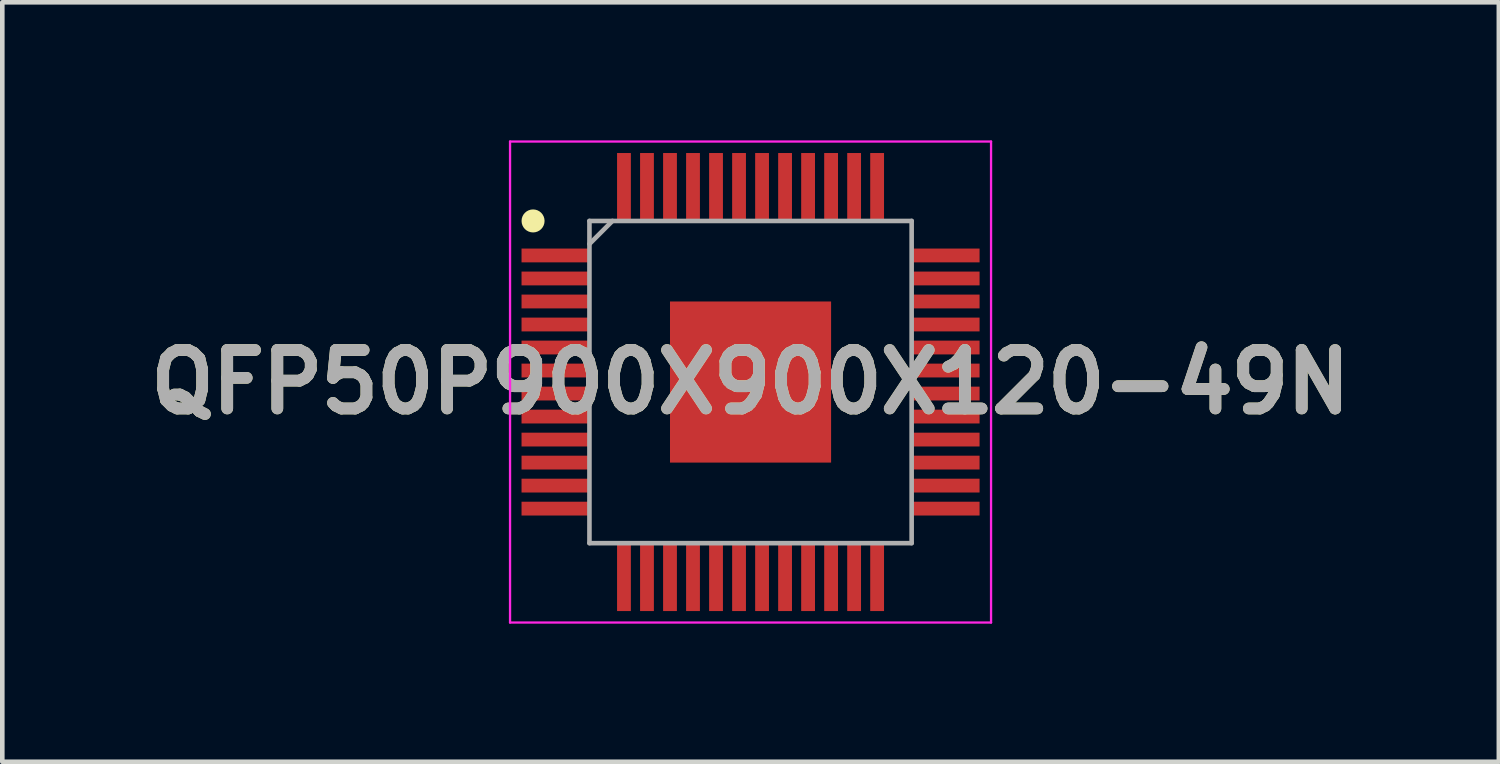
<source format=kicad_pcb>
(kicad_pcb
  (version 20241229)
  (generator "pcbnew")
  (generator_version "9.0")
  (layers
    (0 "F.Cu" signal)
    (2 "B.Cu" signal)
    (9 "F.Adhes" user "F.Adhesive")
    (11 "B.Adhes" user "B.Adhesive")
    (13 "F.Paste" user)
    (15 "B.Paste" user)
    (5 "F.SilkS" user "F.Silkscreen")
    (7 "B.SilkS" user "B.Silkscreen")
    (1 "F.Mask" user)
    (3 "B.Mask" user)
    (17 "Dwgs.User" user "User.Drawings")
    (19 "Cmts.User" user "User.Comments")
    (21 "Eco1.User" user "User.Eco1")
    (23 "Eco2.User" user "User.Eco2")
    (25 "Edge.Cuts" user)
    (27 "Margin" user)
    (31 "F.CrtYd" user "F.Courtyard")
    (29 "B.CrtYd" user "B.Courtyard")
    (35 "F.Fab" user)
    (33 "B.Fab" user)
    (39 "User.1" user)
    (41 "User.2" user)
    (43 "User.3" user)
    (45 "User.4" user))
  (footprint "QFP50P900X900X120-49N"
    (layer "F.Cu")
    (at 13.256 5.25)
    (property "Reference" "QFP50P900X900X120-49N" (at 0 0 0) (layer "F.SilkS") (effects (font (size 1.27 1.27) (thickness 0.254))))
    (attr smd)
    (fp_circle (center -4.725 -3.5) (end -4.725 -3.375) (stroke (width 0.25) (type solid)) (fill no) (layer "F.SilkS"))
    (fp_line (start -5.225 -5.225) (end 5.225 -5.225) (stroke (width 0.05) (type solid)) (layer "F.CrtYd"))
    (fp_line (start -5.225 5.225) (end -5.225 -5.225) (stroke (width 0.05) (type solid)) (layer "F.CrtYd"))
    (fp_line (start 5.225 -5.225) (end 5.225 5.225) (stroke (width 0.05) (type solid)) (layer "F.CrtYd"))
    (fp_line (start 5.225 5.225) (end -5.225 5.225) (stroke (width 0.05) (type solid)) (layer "F.CrtYd"))
    (fp_line (start -3.5 -3.5) (end 3.5 -3.5) (stroke (width 0.1) (type solid)) (layer "F.Fab"))
    (fp_line (start -3.5 -3) (end -3 -3.5) (stroke (width 0.1) (type solid)) (layer "F.Fab"))
    (fp_line (start -3.5 3.5) (end -3.5 -3.5) (stroke (width 0.1) (type solid)) (layer "F.Fab"))
    (fp_line (start 3.5 -3.5) (end 3.5 3.5) (stroke (width 0.1) (type solid)) (layer "F.Fab"))
    (fp_line (start 3.5 3.5) (end -3.5 3.5) (stroke (width 0.1) (type solid)) (layer "F.Fab"))
    (fp_text user "${REFERENCE}" (at 0 0 0) (layer "F.Fab") (effects (font (size 1.27 1.27) (thickness 0.254))))
    (pad "1" smd rect (at -4.238 -2.75 90) (size 0.3 1.475) (layers "F.Cu" "F.Mask" "F.Paste"))
    (pad "2" smd rect (at -4.238 -2.25 90) (size 0.3 1.475) (layers "F.Cu" "F.Mask" "F.Paste"))
    (pad "3" smd rect (at -4.238 -1.75 90) (size 0.3 1.475) (layers "F.Cu" "F.Mask" "F.Paste"))
    (pad "4" smd rect (at -4.238 -1.25 90) (size 0.3 1.475) (layers "F.Cu" "F.Mask" "F.Paste"))
    (pad "5" smd rect (at -4.238 -0.75 90) (size 0.3 1.475) (layers "F.Cu" "F.Mask" "F.Paste"))
    (pad "6" smd rect (at -4.238 -0.25 90) (size 0.3 1.475) (layers "F.Cu" "F.Mask" "F.Paste"))
    (pad "7" smd rect (at -4.238 0.25 90) (size 0.3 1.475) (layers "F.Cu" "F.Mask" "F.Paste"))
    (pad "8" smd rect (at -4.238 0.75 90) (size 0.3 1.475) (layers "F.Cu" "F.Mask" "F.Paste"))
    (pad "9" smd rect (at -4.238 1.25 90) (size 0.3 1.475) (layers "F.Cu" "F.Mask" "F.Paste"))
    (pad "10" smd rect (at -4.238 1.75 90) (size 0.3 1.475) (layers "F.Cu" "F.Mask" "F.Paste"))
    (pad "11" smd rect (at -4.238 2.25 90) (size 0.3 1.475) (layers "F.Cu" "F.Mask" "F.Paste"))
    (pad "12" smd rect (at -4.238 2.75 90) (size 0.3 1.475) (layers "F.Cu" "F.Mask" "F.Paste"))
    (pad "13" smd rect (at -2.75 4.238) (size 0.3 1.475) (layers "F.Cu" "F.Mask" "F.Paste"))
    (pad "14" smd rect (at -2.25 4.238) (size 0.3 1.475) (layers "F.Cu" "F.Mask" "F.Paste"))
    (pad "15" smd rect (at -1.75 4.238) (size 0.3 1.475) (layers "F.Cu" "F.Mask" "F.Paste"))
    (pad "16" smd rect (at -1.25 4.238) (size 0.3 1.475) (layers "F.Cu" "F.Mask" "F.Paste"))
    (pad "17" smd rect (at -0.75 4.238) (size 0.3 1.475) (layers "F.Cu" "F.Mask" "F.Paste"))
    (pad "18" smd rect (at -0.25 4.238) (size 0.3 1.475) (layers "F.Cu" "F.Mask" "F.Paste"))
    (pad "19" smd rect (at 0.25 4.238) (size 0.3 1.475) (layers "F.Cu" "F.Mask" "F.Paste"))
    (pad "20" smd rect (at 0.75 4.238) (size 0.3 1.475) (layers "F.Cu" "F.Mask" "F.Paste"))
    (pad "21" smd rect (at 1.25 4.238) (size 0.3 1.475) (layers "F.Cu" "F.Mask" "F.Paste"))
    (pad "22" smd rect (at 1.75 4.238) (size 0.3 1.475) (layers "F.Cu" "F.Mask" "F.Paste"))
    (pad "23" smd rect (at 2.25 4.238) (size 0.3 1.475) (layers "F.Cu" "F.Mask" "F.Paste"))
    (pad "24" smd rect (at 2.75 4.238) (size 0.3 1.475) (layers "F.Cu" "F.Mask" "F.Paste"))
    (pad "25" smd rect (at 4.238 2.75 90) (size 0.3 1.475) (layers "F.Cu" "F.Mask" "F.Paste"))
    (pad "26" smd rect (at 4.238 2.25 90) (size 0.3 1.475) (layers "F.Cu" "F.Mask" "F.Paste"))
    (pad "27" smd rect (at 4.238 1.75 90) (size 0.3 1.475) (layers "F.Cu" "F.Mask" "F.Paste"))
    (pad "28" smd rect (at 4.238 1.25 90) (size 0.3 1.475) (layers "F.Cu" "F.Mask" "F.Paste"))
    (pad "29" smd rect (at 4.238 0.75 90) (size 0.3 1.475) (layers "F.Cu" "F.Mask" "F.Paste"))
    (pad "30" smd rect (at 4.238 0.25 90) (size 0.3 1.475) (layers "F.Cu" "F.Mask" "F.Paste"))
    (pad "31" smd rect (at 4.238 -0.25 90) (size 0.3 1.475) (layers "F.Cu" "F.Mask" "F.Paste"))
    (pad "32" smd rect (at 4.238 -0.75 90) (size 0.3 1.475) (layers "F.Cu" "F.Mask" "F.Paste"))
    (pad "33" smd rect (at 4.238 -1.25 90) (size 0.3 1.475) (layers "F.Cu" "F.Mask" "F.Paste"))
    (pad "34" smd rect (at 4.238 -1.75 90) (size 0.3 1.475) (layers "F.Cu" "F.Mask" "F.Paste"))
    (pad "35" smd rect (at 4.238 -2.25 90) (size 0.3 1.475) (layers "F.Cu" "F.Mask" "F.Paste"))
    (pad "36" smd rect (at 4.238 -2.75 90) (size 0.3 1.475) (layers "F.Cu" "F.Mask" "F.Paste"))
    (pad "37" smd rect (at 2.75 -4.238) (size 0.3 1.475) (layers "F.Cu" "F.Mask" "F.Paste"))
    (pad "38" smd rect (at 2.25 -4.238) (size 0.3 1.475) (layers "F.Cu" "F.Mask" "F.Paste"))
    (pad "39" smd rect (at 1.75 -4.238) (size 0.3 1.475) (layers "F.Cu" "F.Mask" "F.Paste"))
    (pad "40" smd rect (at 1.25 -4.238) (size 0.3 1.475) (layers "F.Cu" "F.Mask" "F.Paste"))
    (pad "41" smd rect (at 0.75 -4.238) (size 0.3 1.475) (layers "F.Cu" "F.Mask" "F.Paste"))
    (pad "42" smd rect (at 0.25 -4.238) (size 0.3 1.475) (layers "F.Cu" "F.Mask" "F.Paste"))
    (pad "43" smd rect (at -0.25 -4.238) (size 0.3 1.475) (layers "F.Cu" "F.Mask" "F.Paste"))
    (pad "44" smd rect (at -0.75 -4.238) (size 0.3 1.475) (layers "F.Cu" "F.Mask" "F.Paste"))
    (pad "45" smd rect (at -1.25 -4.238) (size 0.3 1.475) (layers "F.Cu" "F.Mask" "F.Paste"))
    (pad "46" smd rect (at -1.75 -4.238) (size 0.3 1.475) (layers "F.Cu" "F.Mask" "F.Paste"))
    (pad "47" smd rect (at -2.25 -4.238) (size 0.3 1.475) (layers "F.Cu" "F.Mask" "F.Paste"))
    (pad "48" smd rect (at -2.75 -4.238) (size 0.3 1.475) (layers "F.Cu" "F.Mask" "F.Paste"))
    (pad "49" smd rect (at 0 0) (size 3.5 3.5) (layers "F.Cu" "F.Mask" "F.Paste")))
  (gr_rect
    (start -3 -3)
    (end 29.513 13.5)
    (stroke (width 0.1) (type default))
    (fill no)
    (layer "Edge.Cuts")))
</source>
